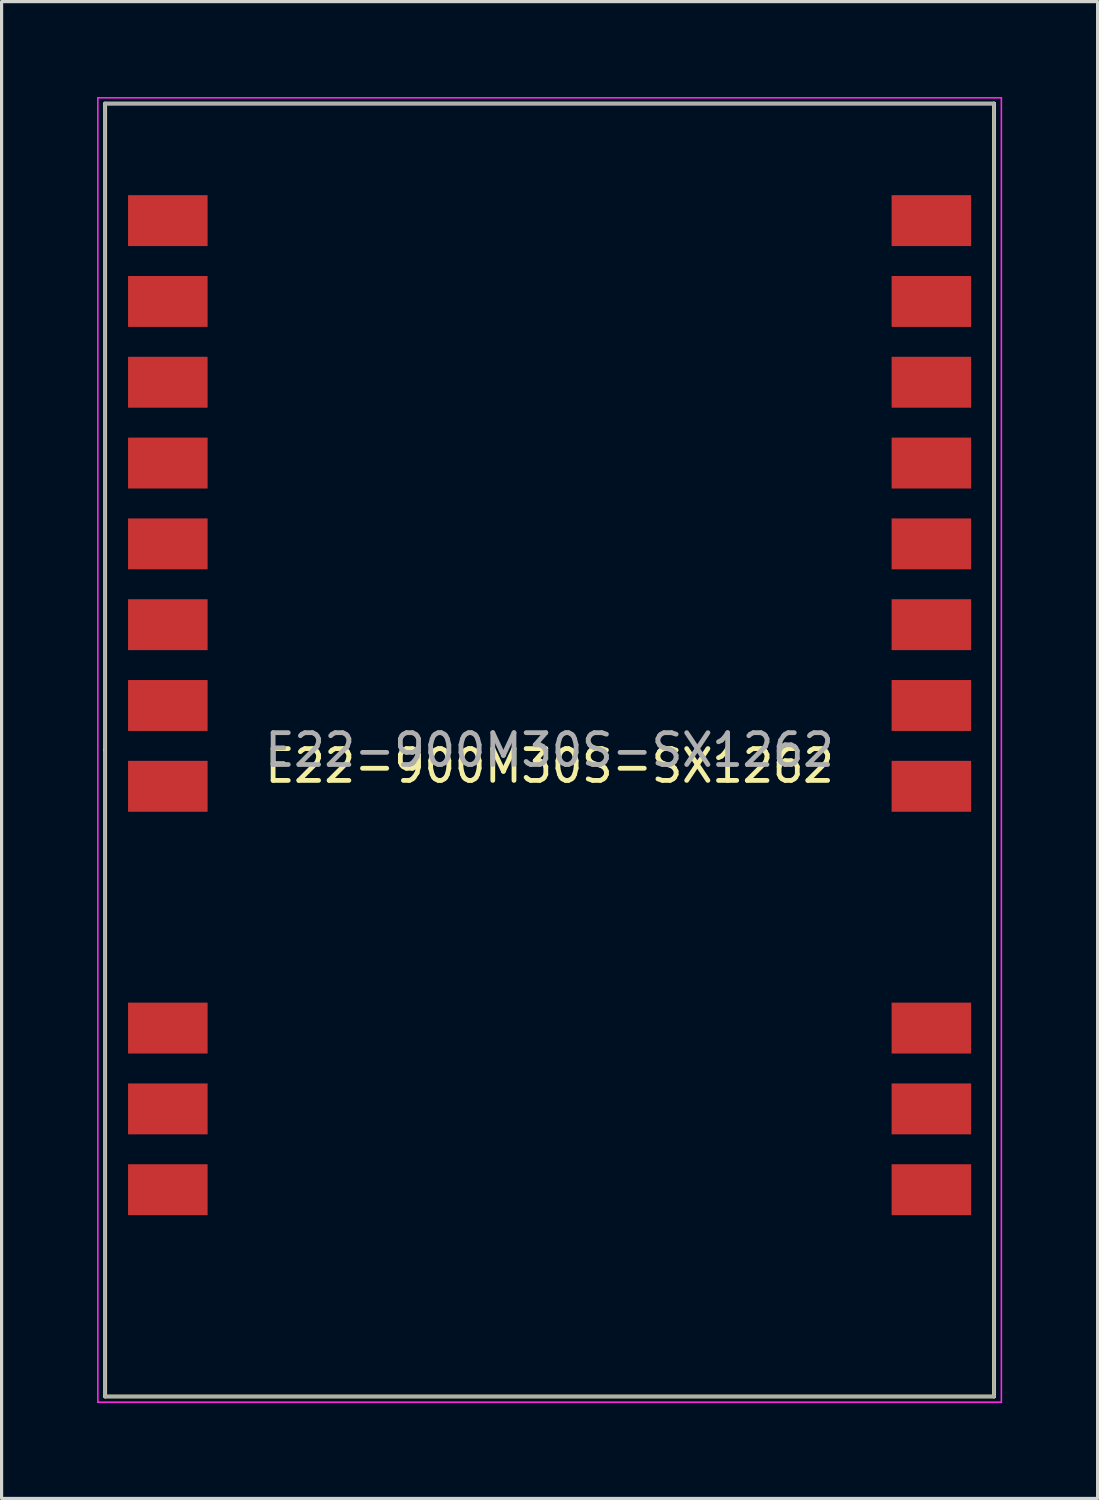
<source format=kicad_pcb>
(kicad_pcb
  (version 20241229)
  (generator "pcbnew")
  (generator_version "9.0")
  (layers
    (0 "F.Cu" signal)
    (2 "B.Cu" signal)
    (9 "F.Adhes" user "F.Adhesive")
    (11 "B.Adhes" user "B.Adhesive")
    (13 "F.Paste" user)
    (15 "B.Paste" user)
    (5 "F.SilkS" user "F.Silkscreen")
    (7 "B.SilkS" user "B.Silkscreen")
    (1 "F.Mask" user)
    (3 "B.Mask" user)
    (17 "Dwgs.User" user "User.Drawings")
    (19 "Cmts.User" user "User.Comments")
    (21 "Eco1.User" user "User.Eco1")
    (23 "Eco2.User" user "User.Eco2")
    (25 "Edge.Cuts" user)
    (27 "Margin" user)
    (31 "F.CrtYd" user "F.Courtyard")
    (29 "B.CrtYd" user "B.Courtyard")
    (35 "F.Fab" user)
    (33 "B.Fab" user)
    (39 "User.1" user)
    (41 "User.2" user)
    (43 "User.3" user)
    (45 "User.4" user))
  (footprint "E22-900M30S-SX1262"
    (layer "F.Cu")
    (at 14.225 19.115)
    (property "Reference" "E22-900M30S-SX1262" (at 0 1.91 0) (layer "F.SilkS") (effects (font (size 1 1) (thickness 0.15))))
    (attr smd)
    (fp_line (start -13.97 -18.91) (end -13.97 1.41) (stroke (width 0.12) (type solid)) (layer "F.SilkS"))
    (fp_line (start -13.97 1.41) (end -13.97 21.73) (stroke (width 0.12) (type solid)) (layer "F.SilkS"))
    (fp_line (start -13.97 21.73) (end 13.97 21.73) (stroke (width 0.12) (type solid)) (layer "F.SilkS"))
    (fp_line (start 13.97 -18.91) (end -13.97 -18.91) (stroke (width 0.12) (type solid)) (layer "F.SilkS"))
    (fp_line (start 13.97 21.73) (end 13.97 -18.91) (stroke (width 0.12) (type solid)) (layer "F.SilkS"))
    (fp_line (start -14.2 -19.09) (end 14.2 -19.09) (stroke (width 0.05) (type solid)) (layer "F.CrtYd"))
    (fp_line (start -14.2 21.91) (end -14.2 -19.09) (stroke (width 0.05) (type solid)) (layer "F.CrtYd"))
    (fp_line (start 14.2 -19.09) (end 14.2 21.91) (stroke (width 0.05) (type solid)) (layer "F.CrtYd"))
    (fp_line (start 14.2 21.91) (end -14.2 21.91) (stroke (width 0.05) (type solid)) (layer "F.CrtYd"))
    (fp_line (start -13.97 -18.91) (end -13.97 21.73) (stroke (width 0.1) (type solid)) (layer "F.Fab"))
    (fp_line (start -13.97 21.73) (end 13.97 21.73) (stroke (width 0.1) (type solid)) (layer "F.Fab"))
    (fp_line (start 13.97 -18.91) (end -13.97 -18.91) (stroke (width 0.1) (type solid)) (layer "F.Fab"))
    (fp_line (start 13.97 21.73) (end 13.97 -18.91) (stroke (width 0.1) (type solid)) (layer "F.Fab"))
    (fp_text user "${REFERENCE}" (at 0 1.41 0) (layer "F.Fab") (effects (font (size 1 1) (thickness 0.15))))
    (pad "1" smd rect (at 12 15.23) (size 2.5 1.6) (layers "F.Cu" "F.Mask" "F.Paste"))
    (pad "2" smd rect (at 12 12.69) (size 2.5 1.6) (layers "F.Cu" "F.Mask" "F.Paste"))
    (pad "3" smd rect (at 12 10.15) (size 2.5 1.6) (layers "F.Cu" "F.Mask" "F.Paste"))
    (pad "4" smd rect (at 12 2.55) (size 2.5 1.6) (layers "F.Cu" "F.Mask" "F.Paste"))
    (pad "5" smd rect (at 12 0.01) (size 2.5 1.6) (layers "F.Cu" "F.Mask" "F.Paste"))
    (pad "6" smd rect (at 12 -2.53) (size 2.5 1.6) (layers "F.Cu" "F.Mask" "F.Paste"))
    (pad "7" smd rect (at 12 -5.07) (size 2.5 1.6) (layers "F.Cu" "F.Mask" "F.Paste"))
    (pad "8" smd rect (at 12 -7.61) (size 2.5 1.6) (layers "F.Cu" "F.Mask" "F.Paste"))
    (pad "9" smd rect (at 12 -10.15) (size 2.5 1.6) (layers "F.Cu" "F.Mask" "F.Paste"))
    (pad "10" smd rect (at 12 -12.69) (size 2.5 1.6) (layers "F.Cu" "F.Mask" "F.Paste"))
    (pad "11" smd rect (at 12 -15.23) (size 2.5 1.6) (layers "F.Cu" "F.Mask" "F.Paste"))
    (pad "12" smd rect (at -12 -15.23) (size 2.5 1.6) (layers "F.Cu" "F.Mask" "F.Paste"))
    (pad "13" smd rect (at -12 -12.69) (size 2.5 1.6) (layers "F.Cu" "F.Mask" "F.Paste"))
    (pad "14" smd rect (at -12 -10.15) (size 2.5 1.6) (layers "F.Cu" "F.Mask" "F.Paste"))
    (pad "15" smd rect (at -12 -7.61) (size 2.5 1.6) (layers "F.Cu" "F.Mask" "F.Paste"))
    (pad "16" smd rect (at -12 -5.07) (size 2.5 1.6) (layers "F.Cu" "F.Mask" "F.Paste"))
    (pad "17" smd rect (at -12 -2.53) (size 2.5 1.6) (layers "F.Cu" "F.Mask" "F.Paste"))
    (pad "18" smd rect (at -12 0.01) (size 2.5 1.6) (layers "F.Cu" "F.Mask" "F.Paste"))
    (pad "19" smd rect (at -12 2.55) (size 2.5 1.6) (layers "F.Cu" "F.Mask" "F.Paste"))
    (pad "20" smd rect (at -12 10.15) (size 2.5 1.6) (layers "F.Cu" "F.Mask" "F.Paste"))
    (pad "21" smd rect (at -12 12.69) (size 2.5 1.6) (layers "F.Cu" "F.Mask" "F.Paste"))
    (pad "22" smd rect (at -12 15.23) (size 2.5 1.6) (layers "F.Cu" "F.Mask" "F.Paste")))
  (gr_rect
    (start -3 -3)
    (end 31.45 44.05)
    (stroke (width 0.1) (type default))
    (fill no)
    (layer "Edge.Cuts")))
</source>
